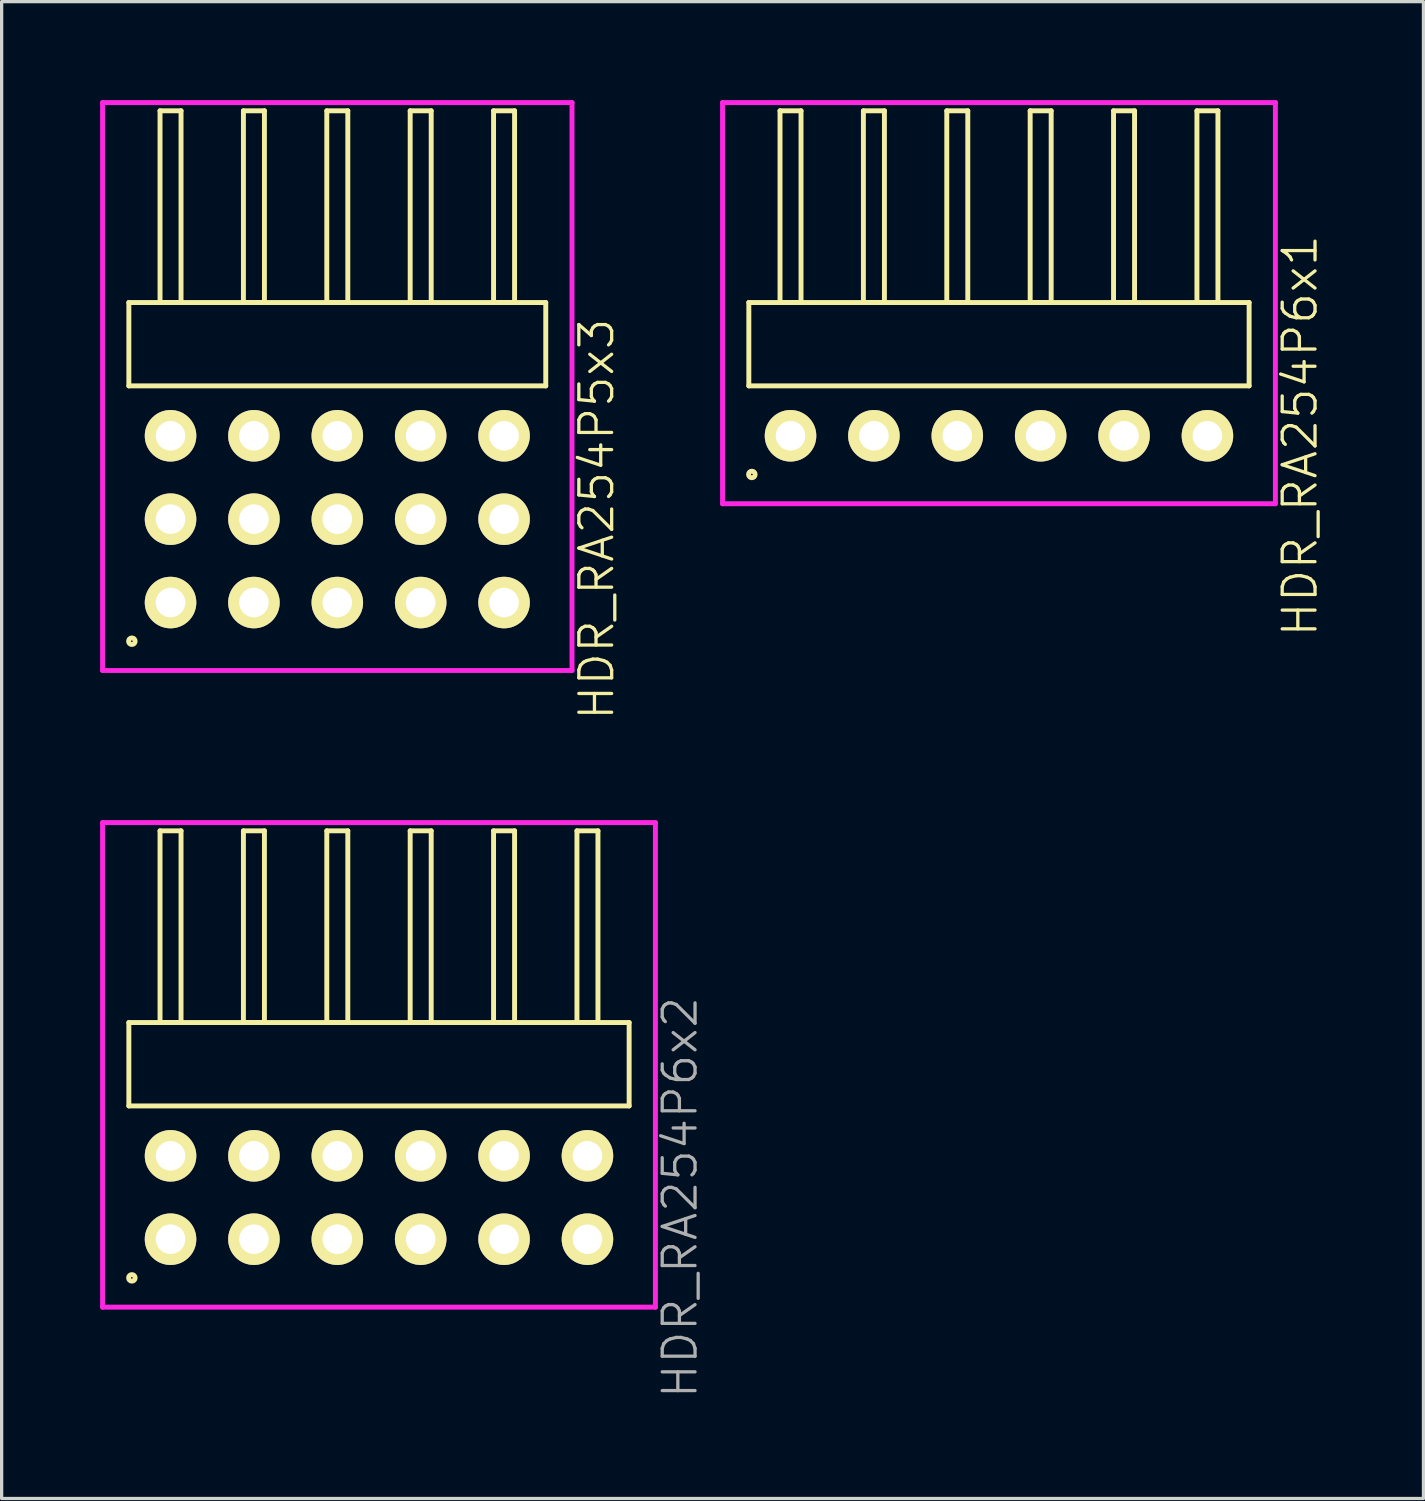
<source format=kicad_pcb>
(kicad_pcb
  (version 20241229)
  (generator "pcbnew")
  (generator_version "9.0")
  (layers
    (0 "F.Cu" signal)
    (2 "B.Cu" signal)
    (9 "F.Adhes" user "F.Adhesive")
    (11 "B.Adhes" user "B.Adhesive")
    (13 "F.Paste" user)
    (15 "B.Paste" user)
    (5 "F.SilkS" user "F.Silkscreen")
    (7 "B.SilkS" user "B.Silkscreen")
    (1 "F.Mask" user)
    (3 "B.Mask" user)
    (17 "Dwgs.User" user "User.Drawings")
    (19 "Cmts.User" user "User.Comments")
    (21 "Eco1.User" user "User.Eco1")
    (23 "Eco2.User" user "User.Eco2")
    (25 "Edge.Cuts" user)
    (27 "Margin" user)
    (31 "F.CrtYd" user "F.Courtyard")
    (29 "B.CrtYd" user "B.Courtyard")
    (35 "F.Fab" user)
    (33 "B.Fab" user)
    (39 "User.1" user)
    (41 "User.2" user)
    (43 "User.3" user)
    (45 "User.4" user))
  (footprint "HDR_RA254P6x2"
    (layer "F.Cu")
    (at 8.495 33.429)
    (property "Reference" "HDR_RA254P6x2" (at 9.17 0 90) (layer "F.Fab") (effects (font (size 1 1) (thickness 0.1))))
    (attr through_hole)
    (fp_line (start -7.62 -5.33) (end -7.62 -2.79) (stroke (width 0.15) (type solid)) (layer "F.SilkS"))
    (fp_line (start -7.62 -2.79) (end 7.62 -2.79) (stroke (width 0.15) (type solid)) (layer "F.SilkS"))
    (fp_line (start -6.67 -11.17) (end -6.67 -5.33) (stroke (width 0.15) (type solid)) (layer "F.SilkS"))
    (fp_line (start -6.67 -5.33) (end -6.03 -5.33) (stroke (width 0.15) (type solid)) (layer "F.SilkS"))
    (fp_line (start -6.03 -11.17) (end -6.67 -11.17) (stroke (width 0.15) (type solid)) (layer "F.SilkS"))
    (fp_line (start -6.03 -5.33) (end -6.03 -11.17) (stroke (width 0.15) (type solid)) (layer "F.SilkS"))
    (fp_line (start -4.13 -11.17) (end -4.13 -5.33) (stroke (width 0.15) (type solid)) (layer "F.SilkS"))
    (fp_line (start -4.13 -5.33) (end -3.49 -5.33) (stroke (width 0.15) (type solid)) (layer "F.SilkS"))
    (fp_line (start -3.49 -11.17) (end -4.13 -11.17) (stroke (width 0.15) (type solid)) (layer "F.SilkS"))
    (fp_line (start -3.49 -5.33) (end -3.49 -11.17) (stroke (width 0.15) (type solid)) (layer "F.SilkS"))
    (fp_line (start -1.59 -11.17) (end -1.59 -5.33) (stroke (width 0.15) (type solid)) (layer "F.SilkS"))
    (fp_line (start -1.59 -5.33) (end -0.95 -5.33) (stroke (width 0.15) (type solid)) (layer "F.SilkS"))
    (fp_line (start -0.95 -11.17) (end -1.59 -11.17) (stroke (width 0.15) (type solid)) (layer "F.SilkS"))
    (fp_line (start -0.95 -5.33) (end -0.95 -11.17) (stroke (width 0.15) (type solid)) (layer "F.SilkS"))
    (fp_line (start 0.95 -11.17) (end 0.95 -5.33) (stroke (width 0.15) (type solid)) (layer "F.SilkS"))
    (fp_line (start 0.95 -5.33) (end 1.59 -5.33) (stroke (width 0.15) (type solid)) (layer "F.SilkS"))
    (fp_line (start 1.59 -11.17) (end 0.95 -11.17) (stroke (width 0.15) (type solid)) (layer "F.SilkS"))
    (fp_line (start 1.59 -5.33) (end 1.59 -11.17) (stroke (width 0.15) (type solid)) (layer "F.SilkS"))
    (fp_line (start 3.49 -11.17) (end 3.49 -5.33) (stroke (width 0.15) (type solid)) (layer "F.SilkS"))
    (fp_line (start 3.49 -5.33) (end 4.13 -5.33) (stroke (width 0.15) (type solid)) (layer "F.SilkS"))
    (fp_line (start 4.13 -11.17) (end 3.49 -11.17) (stroke (width 0.15) (type solid)) (layer "F.SilkS"))
    (fp_line (start 4.13 -5.33) (end 4.13 -11.17) (stroke (width 0.15) (type solid)) (layer "F.SilkS"))
    (fp_line (start 6.03 -11.17) (end 6.03 -5.33) (stroke (width 0.15) (type solid)) (layer "F.SilkS"))
    (fp_line (start 6.03 -5.33) (end 6.67 -5.33) (stroke (width 0.15) (type solid)) (layer "F.SilkS"))
    (fp_line (start 6.67 -11.17) (end 6.03 -11.17) (stroke (width 0.15) (type solid)) (layer "F.SilkS"))
    (fp_line (start 6.67 -5.33) (end 6.67 -11.17) (stroke (width 0.15) (type solid)) (layer "F.SilkS"))
    (fp_line (start 7.62 -5.33) (end -7.62 -5.33) (stroke (width 0.15) (type solid)) (layer "F.SilkS"))
    (fp_line (start 7.62 -2.79) (end 7.62 -5.33) (stroke (width 0.15) (type solid)) (layer "F.SilkS"))
    (fp_circle (center -7.528 2.448) (end -7.428 2.448) (stroke (width 0.15) (type solid)) (fill no) (layer "F.SilkS"))
    (fp_line (start -8.42 -11.42) (end -8.42 3.34) (stroke (width 0.15) (type solid)) (layer "F.CrtYd"))
    (fp_line (start -8.42 3.34) (end 8.42 3.34) (stroke (width 0.15) (type solid)) (layer "F.CrtYd"))
    (fp_line (start 8.42 -11.42) (end -8.42 -11.42) (stroke (width 0.15) (type solid)) (layer "F.CrtYd"))
    (fp_line (start 8.42 3.34) (end 8.42 -11.42) (stroke (width 0.15) (type solid)) (layer "F.CrtYd"))
    (pad "1" thru_hole oval (at -6.35 1.27) (size 1.57 1.57) (drill 0.9) (layers "*.Cu" "*.Mask" "F.SilkS"))
    (pad "2" thru_hole oval (at -6.35 -1.27) (size 1.57 1.57) (drill 0.9) (layers "*.Cu" "*.Mask" "F.SilkS"))
    (pad "3" thru_hole oval (at -3.81 1.27) (size 1.57 1.57) (drill 0.9) (layers "*.Cu" "*.Mask" "F.SilkS"))
    (pad "4" thru_hole oval (at -3.81 -1.27) (size 1.57 1.57) (drill 0.9) (layers "*.Cu" "*.Mask" "F.SilkS"))
    (pad "5" thru_hole oval (at -1.27 1.27) (size 1.57 1.57) (drill 0.9) (layers "*.Cu" "*.Mask" "F.SilkS"))
    (pad "6" thru_hole oval (at -1.27 -1.27) (size 1.57 1.57) (drill 0.9) (layers "*.Cu" "*.Mask" "F.SilkS"))
    (pad "7" thru_hole oval (at 1.27 1.27) (size 1.57 1.57) (drill 0.9) (layers "*.Cu" "*.Mask" "F.SilkS"))
    (pad "8" thru_hole oval (at 1.27 -1.27) (size 1.57 1.57) (drill 0.9) (layers "*.Cu" "*.Mask" "F.SilkS"))
    (pad "9" thru_hole oval (at 3.81 1.27) (size 1.57 1.57) (drill 0.9) (layers "*.Cu" "*.Mask" "F.SilkS"))
    (pad "10" thru_hole oval (at 3.81 -1.27) (size 1.57 1.57) (drill 0.9) (layers "*.Cu" "*.Mask" "F.SilkS"))
    (pad "11" thru_hole oval (at 6.35 1.27) (size 1.57 1.57) (drill 0.9) (layers "*.Cu" "*.Mask" "F.SilkS"))
    (pad "12" thru_hole oval (at 6.35 -1.27) (size 1.57 1.57) (drill 0.9) (layers "*.Cu" "*.Mask" "F.SilkS")))
  (footprint "HDR_RA254P6x1"
    (layer "F.Cu")
    (at 27.381 10.225)
    (property "Reference" "HDR_RA254P6x1" (at 9.17 0 90) (layer "F.SilkS") (effects (font (size 1 1) (thickness 0.1))))
    (attr through_hole)
    (fp_line (start -7.62 -4.06) (end -7.62 -1.52) (stroke (width 0.15) (type solid)) (layer "F.SilkS"))
    (fp_line (start -7.62 -1.52) (end 7.62 -1.52) (stroke (width 0.15) (type solid)) (layer "F.SilkS"))
    (fp_line (start -6.67 -9.9) (end -6.67 -4.06) (stroke (width 0.15) (type solid)) (layer "F.SilkS"))
    (fp_line (start -6.67 -4.06) (end -6.03 -4.06) (stroke (width 0.15) (type solid)) (layer "F.SilkS"))
    (fp_line (start -6.03 -9.9) (end -6.67 -9.9) (stroke (width 0.15) (type solid)) (layer "F.SilkS"))
    (fp_line (start -6.03 -4.06) (end -6.03 -9.9) (stroke (width 0.15) (type solid)) (layer "F.SilkS"))
    (fp_line (start -4.13 -9.9) (end -4.13 -4.06) (stroke (width 0.15) (type solid)) (layer "F.SilkS"))
    (fp_line (start -4.13 -4.06) (end -3.49 -4.06) (stroke (width 0.15) (type solid)) (layer "F.SilkS"))
    (fp_line (start -3.49 -9.9) (end -4.13 -9.9) (stroke (width 0.15) (type solid)) (layer "F.SilkS"))
    (fp_line (start -3.49 -4.06) (end -3.49 -9.9) (stroke (width 0.15) (type solid)) (layer "F.SilkS"))
    (fp_line (start -1.59 -9.9) (end -1.59 -4.06) (stroke (width 0.15) (type solid)) (layer "F.SilkS"))
    (fp_line (start -1.59 -4.06) (end -0.95 -4.06) (stroke (width 0.15) (type solid)) (layer "F.SilkS"))
    (fp_line (start -0.95 -9.9) (end -1.59 -9.9) (stroke (width 0.15) (type solid)) (layer "F.SilkS"))
    (fp_line (start -0.95 -4.06) (end -0.95 -9.9) (stroke (width 0.15) (type solid)) (layer "F.SilkS"))
    (fp_line (start 0.95 -9.9) (end 0.95 -4.06) (stroke (width 0.15) (type solid)) (layer "F.SilkS"))
    (fp_line (start 0.95 -4.06) (end 1.59 -4.06) (stroke (width 0.15) (type solid)) (layer "F.SilkS"))
    (fp_line (start 1.59 -9.9) (end 0.95 -9.9) (stroke (width 0.15) (type solid)) (layer "F.SilkS"))
    (fp_line (start 1.59 -4.06) (end 1.59 -9.9) (stroke (width 0.15) (type solid)) (layer "F.SilkS"))
    (fp_line (start 3.49 -9.9) (end 3.49 -4.06) (stroke (width 0.15) (type solid)) (layer "F.SilkS"))
    (fp_line (start 3.49 -4.06) (end 4.13 -4.06) (stroke (width 0.15) (type solid)) (layer "F.SilkS"))
    (fp_line (start 4.13 -9.9) (end 3.49 -9.9) (stroke (width 0.15) (type solid)) (layer "F.SilkS"))
    (fp_line (start 4.13 -4.06) (end 4.13 -9.9) (stroke (width 0.15) (type solid)) (layer "F.SilkS"))
    (fp_line (start 6.03 -9.9) (end 6.03 -4.06) (stroke (width 0.15) (type solid)) (layer "F.SilkS"))
    (fp_line (start 6.03 -4.06) (end 6.67 -4.06) (stroke (width 0.15) (type solid)) (layer "F.SilkS"))
    (fp_line (start 6.67 -9.9) (end 6.03 -9.9) (stroke (width 0.15) (type solid)) (layer "F.SilkS"))
    (fp_line (start 6.67 -4.06) (end 6.67 -9.9) (stroke (width 0.15) (type solid)) (layer "F.SilkS"))
    (fp_line (start 7.62 -4.06) (end -7.62 -4.06) (stroke (width 0.15) (type solid)) (layer "F.SilkS"))
    (fp_line (start 7.62 -1.52) (end 7.62 -4.06) (stroke (width 0.15) (type solid)) (layer "F.SilkS"))
    (fp_circle (center -7.528 1.178) (end -7.428 1.178) (stroke (width 0.15) (type solid)) (fill no) (layer "F.SilkS"))
    (fp_line (start -8.42 -10.15) (end -8.42 2.07) (stroke (width 0.15) (type solid)) (layer "F.CrtYd"))
    (fp_line (start -8.42 2.07) (end 8.42 2.07) (stroke (width 0.15) (type solid)) (layer "F.CrtYd"))
    (fp_line (start 8.42 -10.15) (end -8.42 -10.15) (stroke (width 0.15) (type solid)) (layer "F.CrtYd"))
    (fp_line (start 8.42 2.07) (end 8.42 -10.15) (stroke (width 0.15) (type solid)) (layer "F.CrtYd"))
    (pad "1" thru_hole oval (at -6.35 0) (size 1.57 1.57) (drill 0.9) (layers "*.Cu" "*.Mask" "F.SilkS"))
    (pad "2" thru_hole oval (at -3.81 0) (size 1.57 1.57) (drill 0.9) (layers "*.Cu" "*.Mask" "F.SilkS"))
    (pad "3" thru_hole oval (at -1.27 0) (size 1.57 1.57) (drill 0.9) (layers "*.Cu" "*.Mask" "F.SilkS"))
    (pad "4" thru_hole oval (at 1.27 0) (size 1.57 1.57) (drill 0.9) (layers "*.Cu" "*.Mask" "F.SilkS"))
    (pad "5" thru_hole oval (at 3.81 0) (size 1.57 1.57) (drill 0.9) (layers "*.Cu" "*.Mask" "F.SilkS"))
    (pad "6" thru_hole oval (at 6.35 0) (size 1.57 1.57) (drill 0.9) (layers "*.Cu" "*.Mask" "F.SilkS")))
  (footprint "HDR_RA254P5x3"
    (layer "F.Cu")
    (at 7.225 12.765)
    (property "Reference" "HDR_RA254P5x3" (at 7.9 0 90) (layer "F.SilkS") (effects (font (size 1 1) (thickness 0.1))))
    (attr through_hole)
    (fp_line (start -6.35 -6.6) (end -6.35 -4.06) (stroke (width 0.15) (type solid)) (layer "F.SilkS"))
    (fp_line (start -6.35 -4.06) (end 6.35 -4.06) (stroke (width 0.15) (type solid)) (layer "F.SilkS"))
    (fp_line (start -5.4 -12.44) (end -5.4 -6.6) (stroke (width 0.15) (type solid)) (layer "F.SilkS"))
    (fp_line (start -5.4 -6.6) (end -4.76 -6.6) (stroke (width 0.15) (type solid)) (layer "F.SilkS"))
    (fp_line (start -4.76 -12.44) (end -5.4 -12.44) (stroke (width 0.15) (type solid)) (layer "F.SilkS"))
    (fp_line (start -4.76 -6.6) (end -4.76 -12.44) (stroke (width 0.15) (type solid)) (layer "F.SilkS"))
    (fp_line (start -2.86 -12.44) (end -2.86 -6.6) (stroke (width 0.15) (type solid)) (layer "F.SilkS"))
    (fp_line (start -2.86 -6.6) (end -2.22 -6.6) (stroke (width 0.15) (type solid)) (layer "F.SilkS"))
    (fp_line (start -2.22 -12.44) (end -2.86 -12.44) (stroke (width 0.15) (type solid)) (layer "F.SilkS"))
    (fp_line (start -2.22 -6.6) (end -2.22 -12.44) (stroke (width 0.15) (type solid)) (layer "F.SilkS"))
    (fp_line (start -0.32 -12.44) (end -0.32 -6.6) (stroke (width 0.15) (type solid)) (layer "F.SilkS"))
    (fp_line (start -0.32 -6.6) (end 0.32 -6.6) (stroke (width 0.15) (type solid)) (layer "F.SilkS"))
    (fp_line (start 0.32 -12.44) (end -0.32 -12.44) (stroke (width 0.15) (type solid)) (layer "F.SilkS"))
    (fp_line (start 0.32 -6.6) (end 0.32 -12.44) (stroke (width 0.15) (type solid)) (layer "F.SilkS"))
    (fp_line (start 2.22 -12.44) (end 2.22 -6.6) (stroke (width 0.15) (type solid)) (layer "F.SilkS"))
    (fp_line (start 2.22 -6.6) (end 2.86 -6.6) (stroke (width 0.15) (type solid)) (layer "F.SilkS"))
    (fp_line (start 2.86 -12.44) (end 2.22 -12.44) (stroke (width 0.15) (type solid)) (layer "F.SilkS"))
    (fp_line (start 2.86 -6.6) (end 2.86 -12.44) (stroke (width 0.15) (type solid)) (layer "F.SilkS"))
    (fp_line (start 4.76 -12.44) (end 4.76 -6.6) (stroke (width 0.15) (type solid)) (layer "F.SilkS"))
    (fp_line (start 4.76 -6.6) (end 5.4 -6.6) (stroke (width 0.15) (type solid)) (layer "F.SilkS"))
    (fp_line (start 5.4 -12.44) (end 4.76 -12.44) (stroke (width 0.15) (type solid)) (layer "F.SilkS"))
    (fp_line (start 5.4 -6.6) (end 5.4 -12.44) (stroke (width 0.15) (type solid)) (layer "F.SilkS"))
    (fp_line (start 6.35 -6.6) (end -6.35 -6.6) (stroke (width 0.15) (type solid)) (layer "F.SilkS"))
    (fp_line (start 6.35 -4.06) (end 6.35 -6.6) (stroke (width 0.15) (type solid)) (layer "F.SilkS"))
    (fp_circle (center -6.258 3.718) (end -6.158 3.718) (stroke (width 0.15) (type solid)) (fill no) (layer "F.SilkS"))
    (fp_line (start -7.15 -12.69) (end -7.15 4.61) (stroke (width 0.15) (type solid)) (layer "F.CrtYd"))
    (fp_line (start -7.15 4.61) (end 7.15 4.61) (stroke (width 0.15) (type solid)) (layer "F.CrtYd"))
    (fp_line (start 7.15 -12.69) (end -7.15 -12.69) (stroke (width 0.15) (type solid)) (layer "F.CrtYd"))
    (fp_line (start 7.15 4.61) (end 7.15 -12.69) (stroke (width 0.15) (type solid)) (layer "F.CrtYd"))
    (pad "1" thru_hole oval (at -5.08 2.54) (size 1.57 1.57) (drill 0.9) (layers "*.Cu" "*.Mask" "F.SilkS"))
    (pad "2" thru_hole oval (at -5.08 0) (size 1.57 1.57) (drill 0.9) (layers "*.Cu" "*.Mask" "F.SilkS"))
    (pad "3" thru_hole oval (at -5.08 -2.54) (size 1.57 1.57) (drill 0.9) (layers "*.Cu" "*.Mask" "F.SilkS"))
    (pad "4" thru_hole oval (at -2.54 2.54) (size 1.57 1.57) (drill 0.9) (layers "*.Cu" "*.Mask" "F.SilkS"))
    (pad "5" thru_hole oval (at -2.54 0) (size 1.57 1.57) (drill 0.9) (layers "*.Cu" "*.Mask" "F.SilkS"))
    (pad "6" thru_hole oval (at -2.54 -2.54) (size 1.57 1.57) (drill 0.9) (layers "*.Cu" "*.Mask" "F.SilkS"))
    (pad "7" thru_hole oval (at 0 2.54) (size 1.57 1.57) (drill 0.9) (layers "*.Cu" "*.Mask" "F.SilkS"))
    (pad "8" thru_hole oval (at 0 0) (size 1.57 1.57) (drill 0.9) (layers "*.Cu" "*.Mask" "F.SilkS"))
    (pad "9" thru_hole oval (at 0 -2.54) (size 1.57 1.57) (drill 0.9) (layers "*.Cu" "*.Mask" "F.SilkS"))
    (pad "10" thru_hole oval (at 2.54 2.54) (size 1.57 1.57) (drill 0.9) (layers "*.Cu" "*.Mask" "F.SilkS"))
    (pad "11" thru_hole oval (at 2.54 0) (size 1.57 1.57) (drill 0.9) (layers "*.Cu" "*.Mask" "F.SilkS"))
    (pad "12" thru_hole oval (at 2.54 -2.54) (size 1.57 1.57) (drill 0.9) (layers "*.Cu" "*.Mask" "F.SilkS"))
    (pad "13" thru_hole oval (at 5.08 2.54) (size 1.57 1.57) (drill 0.9) (layers "*.Cu" "*.Mask" "F.SilkS"))
    (pad "14" thru_hole oval (at 5.08 0) (size 1.57 1.57) (drill 0.9) (layers "*.Cu" "*.Mask" "F.SilkS"))
    (pad "15" thru_hole oval (at 5.08 -2.54) (size 1.57 1.57) (drill 0.9) (layers "*.Cu" "*.Mask" "F.SilkS")))
  (gr_rect
    (start -3 -3)
    (end 40.311 42.598)
    (stroke (width 0.1) (type default))
    (fill no)
    (layer "Edge.Cuts")))
</source>
